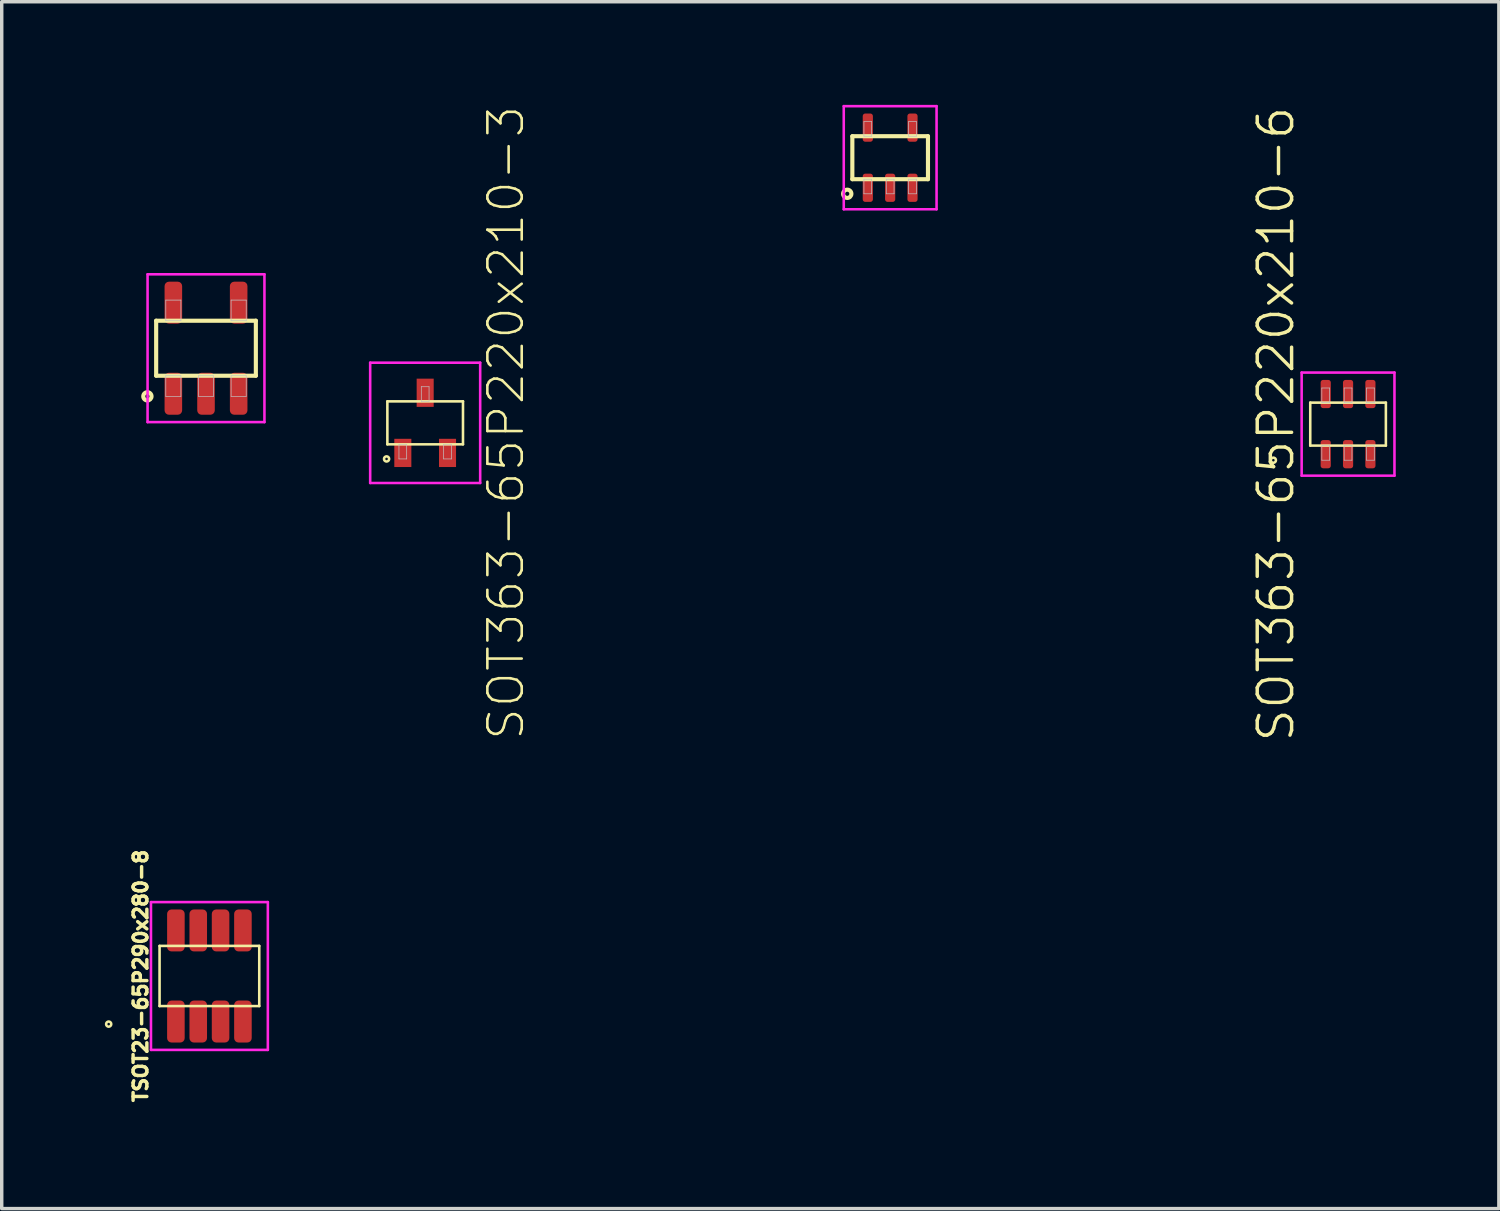
<source format=kicad_pcb>
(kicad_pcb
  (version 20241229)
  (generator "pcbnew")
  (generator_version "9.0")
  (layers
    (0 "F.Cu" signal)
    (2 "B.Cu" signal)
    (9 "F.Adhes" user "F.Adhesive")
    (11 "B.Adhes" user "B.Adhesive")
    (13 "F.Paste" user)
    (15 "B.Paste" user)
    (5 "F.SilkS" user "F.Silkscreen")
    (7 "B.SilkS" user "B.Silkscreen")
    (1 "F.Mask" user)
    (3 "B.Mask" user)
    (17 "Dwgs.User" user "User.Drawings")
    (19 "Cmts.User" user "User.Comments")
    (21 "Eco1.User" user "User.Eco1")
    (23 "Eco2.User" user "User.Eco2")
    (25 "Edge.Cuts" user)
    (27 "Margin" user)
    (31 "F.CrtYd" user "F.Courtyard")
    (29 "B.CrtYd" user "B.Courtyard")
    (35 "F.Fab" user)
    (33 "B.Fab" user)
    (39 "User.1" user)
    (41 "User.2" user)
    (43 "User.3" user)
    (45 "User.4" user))
  (footprint "TSOT23-65P290x280-8"
    (layer "F.Cu")
    (at 3.042 25.343)
    (property "Reference" "TSOT23-65P290x280-8" (at -2 0 90) (layer "F.SilkS") (effects (font (size 0.4 0.4) (thickness 0.1))))
    (attr through_hole)
    (fp_line (start -1.45 -0.875) (end -1.45 0.875) (stroke (width 0.075) (type solid)) (layer "F.SilkS"))
    (fp_line (start -1.45 0.875) (end 1.45 0.875) (stroke (width 0.075) (type solid)) (layer "F.SilkS"))
    (fp_line (start 1.45 -0.875) (end -1.45 -0.875) (stroke (width 0.075) (type solid)) (layer "F.SilkS"))
    (fp_line (start 1.45 0.875) (end 1.45 -0.875) (stroke (width 0.075) (type solid)) (layer "F.SilkS"))
    (fp_circle (center -2.93 1.4) (end -2.855 1.4) (stroke (width 0.075) (type solid)) (fill no) (layer "F.SilkS"))
    (fp_line (start -1.7 -2.15) (end -1.7 2.15) (stroke (width 0.075) (type solid)) (layer "F.CrtYd"))
    (fp_line (start -1.7 2.15) (end 1.7 2.15) (stroke (width 0.075) (type solid)) (layer "F.CrtYd"))
    (fp_line (start 1.7 -2.15) (end -1.7 -2.15) (stroke (width 0.075) (type solid)) (layer "F.CrtYd"))
    (fp_line (start 1.7 2.15) (end 1.7 -2.15) (stroke (width 0.075) (type solid)) (layer "F.CrtYd"))
    (pad "1" smd roundrect (at -0.975 1.325) (size 0.511 1.221) (layers "F.Cu" "F.Mask" "F.Paste") (roundrect_rratio 0.25))
    (pad "2" smd roundrect (at -0.325 1.325) (size 0.511 1.221) (layers "F.Cu" "F.Mask" "F.Paste") (roundrect_rratio 0.25))
    (pad "3" smd roundrect (at 0.325 1.325) (size 0.511 1.221) (layers "F.Cu" "F.Mask" "F.Paste") (roundrect_rratio 0.25))
    (pad "4" smd roundrect (at 0.975 1.325) (size 0.511 1.221) (layers "F.Cu" "F.Mask" "F.Paste") (roundrect_rratio 0.25))
    (pad "5" smd roundrect (at 0.975 -1.325) (size 0.511 1.221) (layers "F.Cu" "F.Mask" "F.Paste") (roundrect_rratio 0.25))
    (pad "6" smd roundrect (at 0.325 -1.325) (size 0.511 1.221) (layers "F.Cu" "F.Mask" "F.Paste") (roundrect_rratio 0.25))
    (pad "7" smd roundrect (at -0.325 -1.325) (size 0.511 1.221) (layers "F.Cu" "F.Mask" "F.Paste") (roundrect_rratio 0.25))
    (pad "8" smd roundrect (at -0.975 -1.325) (size 0.511 1.221) (layers "F.Cu" "F.Mask" "F.Paste") (roundrect_rratio 0.25)))
  (footprint "SOT363-65P220x210-3"
    (layer "F.Cu")
    (at 9.319 9.251)
    (property "Reference" "SOT363-65P220x210-3" (at 2.35 0 90) (layer "F.SilkS") (effects (font (size 1 1) (thickness 0.075))))
    (attr through_hole)
    (fp_line (start -1.1 -0.625) (end -1.1 0.625) (stroke (width 0.075) (type solid)) (layer "F.SilkS"))
    (fp_line (start -1.1 0.625) (end 1.1 0.625) (stroke (width 0.075) (type solid)) (layer "F.SilkS"))
    (fp_line (start 1.1 -0.625) (end -1.1 -0.625) (stroke (width 0.075) (type solid)) (layer "F.SilkS"))
    (fp_line (start 1.1 0.625) (end 1.1 -0.625) (stroke (width 0.075) (type solid)) (layer "F.SilkS"))
    (fp_circle (center -1.123 1.05) (end -1.048 1.05) (stroke (width 0.075) (type solid)) (fill no) (layer "F.SilkS"))
    (fp_line (start -0.763 0.625) (end -0.763 1.05) (stroke (width 0.02) (type solid)) (layer "Dwgs.User"))
    (fp_line (start -0.763 1.05) (end -0.538 1.05) (stroke (width 0.02) (type solid)) (layer "Dwgs.User"))
    (fp_line (start -0.538 0.625) (end -0.763 0.625) (stroke (width 0.02) (type solid)) (layer "Dwgs.User"))
    (fp_line (start -0.538 1.05) (end -0.538 0.625) (stroke (width 0.02) (type solid)) (layer "Dwgs.User"))
    (fp_line (start -0.113 -1.05) (end -0.113 -0.625) (stroke (width 0.02) (type solid)) (layer "Dwgs.User"))
    (fp_line (start -0.113 -0.625) (end 0.113 -0.625) (stroke (width 0.02) (type solid)) (layer "Dwgs.User"))
    (fp_line (start 0.113 -1.05) (end -0.113 -1.05) (stroke (width 0.02) (type solid)) (layer "Dwgs.User"))
    (fp_line (start 0.113 -0.625) (end 0.113 -1.05) (stroke (width 0.02) (type solid)) (layer "Dwgs.User"))
    (fp_line (start 0.538 0.625) (end 0.763 0.625) (stroke (width 0.02) (type solid)) (layer "Dwgs.User"))
    (fp_line (start 0.538 1.05) (end 0.538 0.625) (stroke (width 0.02) (type solid)) (layer "Dwgs.User"))
    (fp_line (start 0.763 0.625) (end 0.763 1.05) (stroke (width 0.02) (type solid)) (layer "Dwgs.User"))
    (fp_line (start 0.763 1.05) (end 0.538 1.05) (stroke (width 0.02) (type solid)) (layer "Dwgs.User"))
    (fp_line (start -0.5 0) (end 0.5 0) (stroke (width 0.075) (type solid)) (layer "Eco1.User"))
    (fp_line (start 0 -0.5) (end 0 0.5) (stroke (width 0.075) (type solid)) (layer "Eco1.User"))
    (fp_circle (center 0 0) (end 0.3 0) (stroke (width 0.075) (type solid)) (fill no) (layer "Eco1.User"))
    (fp_line (start -1.6 -1.75) (end -1.6 1.75) (stroke (width 0.075) (type solid)) (layer "F.CrtYd"))
    (fp_line (start -1.6 1.75) (end 1.6 1.75) (stroke (width 0.075) (type solid)) (layer "F.CrtYd"))
    (fp_line (start 1.6 -1.75) (end -1.6 -1.75) (stroke (width 0.075) (type solid)) (layer "F.CrtYd"))
    (fp_line (start 1.6 1.75) (end 1.6 -1.75) (stroke (width 0.075) (type solid)) (layer "F.CrtYd"))
    (pad "1" smd rect (at -0.65 0.875) (size 0.496 0.821) (layers "F.Cu" "F.Mask" "F.Paste"))
    (pad "2" smd rect (at 0.65 0.875) (size 0.496 0.821) (layers "F.Cu" "F.Mask" "F.Paste"))
    (pad "3" smd rect (at 0 -0.875) (size 0.496 0.821) (layers "F.Cu" "F.Mask" "F.Paste")))
  (footprint "SOT363-65P220x210-6"
    (layer "F.Cu")
    (at 36.167 9.288)
    (property "Reference" "SOT363-65P220x210-6" (at -2.1 0 90) (layer "F.SilkS") (effects (font (size 1 1) (thickness 0.1))))
    (attr through_hole)
    (fp_line (start -1.1 -0.625) (end -1.1 0.625) (stroke (width 0.075) (type solid)) (layer "F.SilkS"))
    (fp_line (start -1.1 0.625) (end 1.1 0.625) (stroke (width 0.075) (type solid)) (layer "F.SilkS"))
    (fp_line (start 1.1 -0.625) (end -1.1 -0.625) (stroke (width 0.075) (type solid)) (layer "F.SilkS"))
    (fp_line (start 1.1 0.625) (end 1.1 -0.625) (stroke (width 0.075) (type solid)) (layer "F.SilkS"))
    (fp_circle (center -2.173 1.05) (end -2.098 1.05) (stroke (width 0.075) (type solid)) (fill no) (layer "F.SilkS"))
    (fp_line (start -0.763 -1.05) (end -0.763 -0.625) (stroke (width 0.02) (type solid)) (layer "Dwgs.User"))
    (fp_line (start -0.763 -0.625) (end -0.537 -0.625) (stroke (width 0.02) (type solid)) (layer "Dwgs.User"))
    (fp_line (start -0.763 0.625) (end -0.763 1.05) (stroke (width 0.02) (type solid)) (layer "Dwgs.User"))
    (fp_line (start -0.763 1.05) (end -0.537 1.05) (stroke (width 0.02) (type solid)) (layer "Dwgs.User"))
    (fp_line (start -0.537 -1.05) (end -0.763 -1.05) (stroke (width 0.02) (type solid)) (layer "Dwgs.User"))
    (fp_line (start -0.537 -0.625) (end -0.537 -1.05) (stroke (width 0.02) (type solid)) (layer "Dwgs.User"))
    (fp_line (start -0.537 0.625) (end -0.763 0.625) (stroke (width 0.02) (type solid)) (layer "Dwgs.User"))
    (fp_line (start -0.537 1.05) (end -0.537 0.625) (stroke (width 0.02) (type solid)) (layer "Dwgs.User"))
    (fp_line (start -0.113 -1.05) (end -0.113 -0.625) (stroke (width 0.02) (type solid)) (layer "Dwgs.User"))
    (fp_line (start -0.113 -0.625) (end 0.113 -0.625) (stroke (width 0.02) (type solid)) (layer "Dwgs.User"))
    (fp_line (start -0.113 0.625) (end -0.113 1.05) (stroke (width 0.02) (type solid)) (layer "Dwgs.User"))
    (fp_line (start -0.113 1.05) (end 0.113 1.05) (stroke (width 0.02) (type solid)) (layer "Dwgs.User"))
    (fp_line (start 0.113 -1.05) (end -0.113 -1.05) (stroke (width 0.02) (type solid)) (layer "Dwgs.User"))
    (fp_line (start 0.113 -0.625) (end 0.113 -1.05) (stroke (width 0.02) (type solid)) (layer "Dwgs.User"))
    (fp_line (start 0.113 0.625) (end -0.113 0.625) (stroke (width 0.02) (type solid)) (layer "Dwgs.User"))
    (fp_line (start 0.113 1.05) (end 0.113 0.625) (stroke (width 0.02) (type solid)) (layer "Dwgs.User"))
    (fp_line (start 0.537 -1.05) (end 0.537 -0.625) (stroke (width 0.02) (type solid)) (layer "Dwgs.User"))
    (fp_line (start 0.537 -0.625) (end 0.763 -0.625) (stroke (width 0.02) (type solid)) (layer "Dwgs.User"))
    (fp_line (start 0.537 0.625) (end 0.537 1.05) (stroke (width 0.02) (type solid)) (layer "Dwgs.User"))
    (fp_line (start 0.537 1.05) (end 0.763 1.05) (stroke (width 0.02) (type solid)) (layer "Dwgs.User"))
    (fp_line (start 0.763 -1.05) (end 0.537 -1.05) (stroke (width 0.02) (type solid)) (layer "Dwgs.User"))
    (fp_line (start 0.763 -0.625) (end 0.763 -1.05) (stroke (width 0.02) (type solid)) (layer "Dwgs.User"))
    (fp_line (start 0.763 0.625) (end 0.537 0.625) (stroke (width 0.02) (type solid)) (layer "Dwgs.User"))
    (fp_line (start 0.763 1.05) (end 0.763 0.625) (stroke (width 0.02) (type solid)) (layer "Dwgs.User"))
    (fp_line (start -1.35 -1.5) (end -1.35 1.5) (stroke (width 0.075) (type solid)) (layer "F.CrtYd"))
    (fp_line (start -1.35 1.5) (end 1.35 1.5) (stroke (width 0.075) (type solid)) (layer "F.CrtYd"))
    (fp_line (start 1.35 -1.5) (end -1.35 -1.5) (stroke (width 0.075) (type solid)) (layer "F.CrtYd"))
    (fp_line (start 1.35 1.5) (end 1.35 -1.5) (stroke (width 0.075) (type solid)) (layer "F.CrtYd"))
    (pad "1" smd roundrect (at -0.65 0.875) (size 0.296 0.821) (layers "F.Cu" "F.Mask" "F.Paste") (roundrect_rratio 0.25))
    (pad "2" smd roundrect (at 0 0.875) (size 0.296 0.821) (layers "F.Cu" "F.Mask" "F.Paste") (roundrect_rratio 0.25))
    (pad "3" smd roundrect (at 0.65 0.875) (size 0.296 0.821) (layers "F.Cu" "F.Mask" "F.Paste") (roundrect_rratio 0.25))
    (pad "4" smd roundrect (at 0.65 -0.875) (size 0.296 0.821) (layers "F.Cu" "F.Mask" "F.Paste") (roundrect_rratio 0.25))
    (pad "5" smd roundrect (at 0 -0.875) (size 0.296 0.821) (layers "F.Cu" "F.Mask" "F.Paste") (roundrect_rratio 0.25))
    (pad "6" smd roundrect (at -0.65 -0.875) (size 0.296 0.821) (layers "F.Cu" "F.Mask" "F.Paste") (roundrect_rratio 0.25)))
  (footprint "SOT25-95P290x280-5"
    (layer "F.Cu")
    (at 2.943 7.08)
    (property "Reference" "SOT25-95P290x280-5" (at -2.3 0 90) (layer "User.1") (effects (font (size 0.8 0.8) (thickness 0.1))))
    (attr through_hole)
    (fp_line (start -1.45 -0.8) (end -1.45 0.8) (stroke (width 0.12) (type solid)) (layer "F.SilkS"))
    (fp_line (start -1.45 0.8) (end 1.45 0.8) (stroke (width 0.12) (type solid)) (layer "F.SilkS"))
    (fp_line (start 1.45 -0.8) (end -1.45 -0.8) (stroke (width 0.12) (type solid)) (layer "F.SilkS"))
    (fp_line (start 1.45 0.8) (end 1.45 -0.8) (stroke (width 0.12) (type solid)) (layer "F.SilkS"))
    (fp_circle (center -1.705 1.4) (end -1.585 1.4) (stroke (width 0.12) (type solid)) (fill no) (layer "F.SilkS"))
    (fp_line (start -1.17 -1.4) (end -1.17 -0.8) (stroke (width 0.02) (type solid)) (layer "Dwgs.User"))
    (fp_line (start -1.17 -0.8) (end -0.73 -0.8) (stroke (width 0.02) (type solid)) (layer "Dwgs.User"))
    (fp_line (start -1.17 0.8) (end -1.17 1.4) (stroke (width 0.02) (type solid)) (layer "Dwgs.User"))
    (fp_line (start -1.17 1.4) (end -0.73 1.4) (stroke (width 0.02) (type solid)) (layer "Dwgs.User"))
    (fp_line (start -0.73 -1.4) (end -1.17 -1.4) (stroke (width 0.02) (type solid)) (layer "Dwgs.User"))
    (fp_line (start -0.73 -0.8) (end -0.73 -1.4) (stroke (width 0.02) (type solid)) (layer "Dwgs.User"))
    (fp_line (start -0.73 0.8) (end -1.17 0.8) (stroke (width 0.02) (type solid)) (layer "Dwgs.User"))
    (fp_line (start -0.73 1.4) (end -0.73 0.8) (stroke (width 0.02) (type solid)) (layer "Dwgs.User"))
    (fp_line (start -0.22 0.8) (end -0.22 1.4) (stroke (width 0.02) (type solid)) (layer "Dwgs.User"))
    (fp_line (start -0.22 1.4) (end 0.22 1.4) (stroke (width 0.02) (type solid)) (layer "Dwgs.User"))
    (fp_line (start 0.22 0.8) (end -0.22 0.8) (stroke (width 0.02) (type solid)) (layer "Dwgs.User"))
    (fp_line (start 0.22 1.4) (end 0.22 0.8) (stroke (width 0.02) (type solid)) (layer "Dwgs.User"))
    (fp_line (start 0.73 -1.4) (end 0.73 -0.8) (stroke (width 0.02) (type solid)) (layer "Dwgs.User"))
    (fp_line (start 0.73 -0.8) (end 1.17 -0.8) (stroke (width 0.02) (type solid)) (layer "Dwgs.User"))
    (fp_line (start 0.73 0.8) (end 0.73 1.4) (stroke (width 0.02) (type solid)) (layer "Dwgs.User"))
    (fp_line (start 0.73 1.4) (end 1.17 1.4) (stroke (width 0.02) (type solid)) (layer "Dwgs.User"))
    (fp_line (start 1.17 -1.4) (end 0.73 -1.4) (stroke (width 0.02) (type solid)) (layer "Dwgs.User"))
    (fp_line (start 1.17 -0.8) (end 1.17 -1.4) (stroke (width 0.02) (type solid)) (layer "Dwgs.User"))
    (fp_line (start 1.17 0.8) (end 0.73 0.8) (stroke (width 0.02) (type solid)) (layer "Dwgs.User"))
    (fp_line (start 1.17 1.4) (end 1.17 0.8) (stroke (width 0.02) (type solid)) (layer "Dwgs.User"))
    (fp_line (start -1.7 -2.15) (end -1.7 2.15) (stroke (width 0.075) (type solid)) (layer "F.CrtYd"))
    (fp_line (start -1.7 2.15) (end 1.7 2.15) (stroke (width 0.075) (type solid)) (layer "F.CrtYd"))
    (fp_line (start 1.7 -2.15) (end -1.7 -2.15) (stroke (width 0.075) (type solid)) (layer "F.CrtYd"))
    (fp_line (start 1.7 2.15) (end 1.7 -2.15) (stroke (width 0.075) (type solid)) (layer "F.CrtYd"))
    (pad "1" smd roundrect (at -0.95 1.325) (size 0.511 1.221) (layers "F.Cu" "F.Mask" "F.Paste") (roundrect_rratio 0.25))
    (pad "2" smd roundrect (at 0 1.325) (size 0.511 1.221) (layers "F.Cu" "F.Mask" "F.Paste") (roundrect_rratio 0.25))
    (pad "3" smd roundrect (at 0.95 1.325) (size 0.511 1.221) (layers "F.Cu" "F.Mask" "F.Paste") (roundrect_rratio 0.25))
    (pad "4" smd roundrect (at 0.95 -1.325) (size 0.511 1.221) (layers "F.Cu" "F.Mask" "F.Paste") (roundrect_rratio 0.25))
    (pad "5" smd roundrect (at -0.95 -1.325) (size 0.511 1.221) (layers "F.Cu" "F.Mask" "F.Paste") (roundrect_rratio 0.25)))
  (footprint "SOT363-65P220x210-5"
    (layer "F.Cu")
    (at 22.846 1.538)
    (property "Reference" "SOT363-65P220x210-5" (at 0 0 0) (layer "User.1") (effects (font (size 0.8 0.8) (thickness 0.1))))
    (attr through_hole)
    (fp_line (start -1.1 -0.625) (end -1.1 0.625) (stroke (width 0.12) (type solid)) (layer "F.SilkS"))
    (fp_line (start -1.1 0.625) (end 1.1 0.625) (stroke (width 0.12) (type solid)) (layer "F.SilkS"))
    (fp_line (start 1.1 -0.625) (end -1.1 -0.625) (stroke (width 0.12) (type solid)) (layer "F.SilkS"))
    (fp_line (start 1.1 0.625) (end 1.1 -0.625) (stroke (width 0.12) (type solid)) (layer "F.SilkS"))
    (fp_circle (center -1.248 1.05) (end -1.128 1.05) (stroke (width 0.12) (type solid)) (fill no) (layer "F.SilkS"))
    (fp_line (start -0.763 -1.05) (end -0.763 -0.625) (stroke (width 0.02) (type solid)) (layer "Dwgs.User"))
    (fp_line (start -0.763 -0.625) (end -0.537 -0.625) (stroke (width 0.02) (type solid)) (layer "Dwgs.User"))
    (fp_line (start -0.763 0.625) (end -0.763 1.05) (stroke (width 0.02) (type solid)) (layer "Dwgs.User"))
    (fp_line (start -0.763 1.05) (end -0.537 1.05) (stroke (width 0.02) (type solid)) (layer "Dwgs.User"))
    (fp_line (start -0.537 -1.05) (end -0.763 -1.05) (stroke (width 0.02) (type solid)) (layer "Dwgs.User"))
    (fp_line (start -0.537 -0.625) (end -0.537 -1.05) (stroke (width 0.02) (type solid)) (layer "Dwgs.User"))
    (fp_line (start -0.537 0.625) (end -0.763 0.625) (stroke (width 0.02) (type solid)) (layer "Dwgs.User"))
    (fp_line (start -0.537 1.05) (end -0.537 0.625) (stroke (width 0.02) (type solid)) (layer "Dwgs.User"))
    (fp_line (start -0.113 0.625) (end -0.113 1.05) (stroke (width 0.02) (type solid)) (layer "Dwgs.User"))
    (fp_line (start -0.113 1.05) (end 0.113 1.05) (stroke (width 0.02) (type solid)) (layer "Dwgs.User"))
    (fp_line (start 0.113 0.625) (end -0.113 0.625) (stroke (width 0.02) (type solid)) (layer "Dwgs.User"))
    (fp_line (start 0.113 1.05) (end 0.113 0.625) (stroke (width 0.02) (type solid)) (layer "Dwgs.User"))
    (fp_line (start 0.537 -1.05) (end 0.537 -0.625) (stroke (width 0.02) (type solid)) (layer "Dwgs.User"))
    (fp_line (start 0.537 -0.625) (end 0.763 -0.625) (stroke (width 0.02) (type solid)) (layer "Dwgs.User"))
    (fp_line (start 0.537 0.625) (end 0.537 1.05) (stroke (width 0.02) (type solid)) (layer "Dwgs.User"))
    (fp_line (start 0.537 1.05) (end 0.763 1.05) (stroke (width 0.02) (type solid)) (layer "Dwgs.User"))
    (fp_line (start 0.763 -1.05) (end 0.537 -1.05) (stroke (width 0.02) (type solid)) (layer "Dwgs.User"))
    (fp_line (start 0.763 -0.625) (end 0.763 -1.05) (stroke (width 0.02) (type solid)) (layer "Dwgs.User"))
    (fp_line (start 0.763 0.625) (end 0.537 0.625) (stroke (width 0.02) (type solid)) (layer "Dwgs.User"))
    (fp_line (start 0.763 1.05) (end 0.763 0.625) (stroke (width 0.02) (type solid)) (layer "Dwgs.User"))
    (fp_line (start -1.35 -1.5) (end -1.35 1.5) (stroke (width 0.075) (type solid)) (layer "F.CrtYd"))
    (fp_line (start -1.35 1.5) (end 1.35 1.5) (stroke (width 0.075) (type solid)) (layer "F.CrtYd"))
    (fp_line (start 1.35 -1.5) (end -1.35 -1.5) (stroke (width 0.075) (type solid)) (layer "F.CrtYd"))
    (fp_line (start 1.35 1.5) (end 1.35 -1.5) (stroke (width 0.075) (type solid)) (layer "F.CrtYd"))
    (pad "1" smd roundrect (at -0.65 0.875) (size 0.296 0.821) (layers "F.Cu" "F.Mask" "F.Paste") (roundrect_rratio 0.25))
    (pad "2" smd roundrect (at 0 0.875) (size 0.296 0.821) (layers "F.Cu" "F.Mask" "F.Paste") (roundrect_rratio 0.25))
    (pad "3" smd roundrect (at 0.65 0.875) (size 0.296 0.821) (layers "F.Cu" "F.Mask" "F.Paste") (roundrect_rratio 0.25))
    (pad "4" smd roundrect (at 0.65 -0.875) (size 0.296 0.821) (layers "F.Cu" "F.Mask" "F.Paste") (roundrect_rratio 0.25))
    (pad "5" smd roundrect (at -0.65 -0.875) (size 0.296 0.821) (layers "F.Cu" "F.Mask" "F.Paste") (roundrect_rratio 0.25)))
  (gr_rect
    (start -3 -3)
    (end 40.554 32.11)
    (stroke (width 0.1) (type default))
    (fill no)
    (layer "Edge.Cuts")))
</source>
